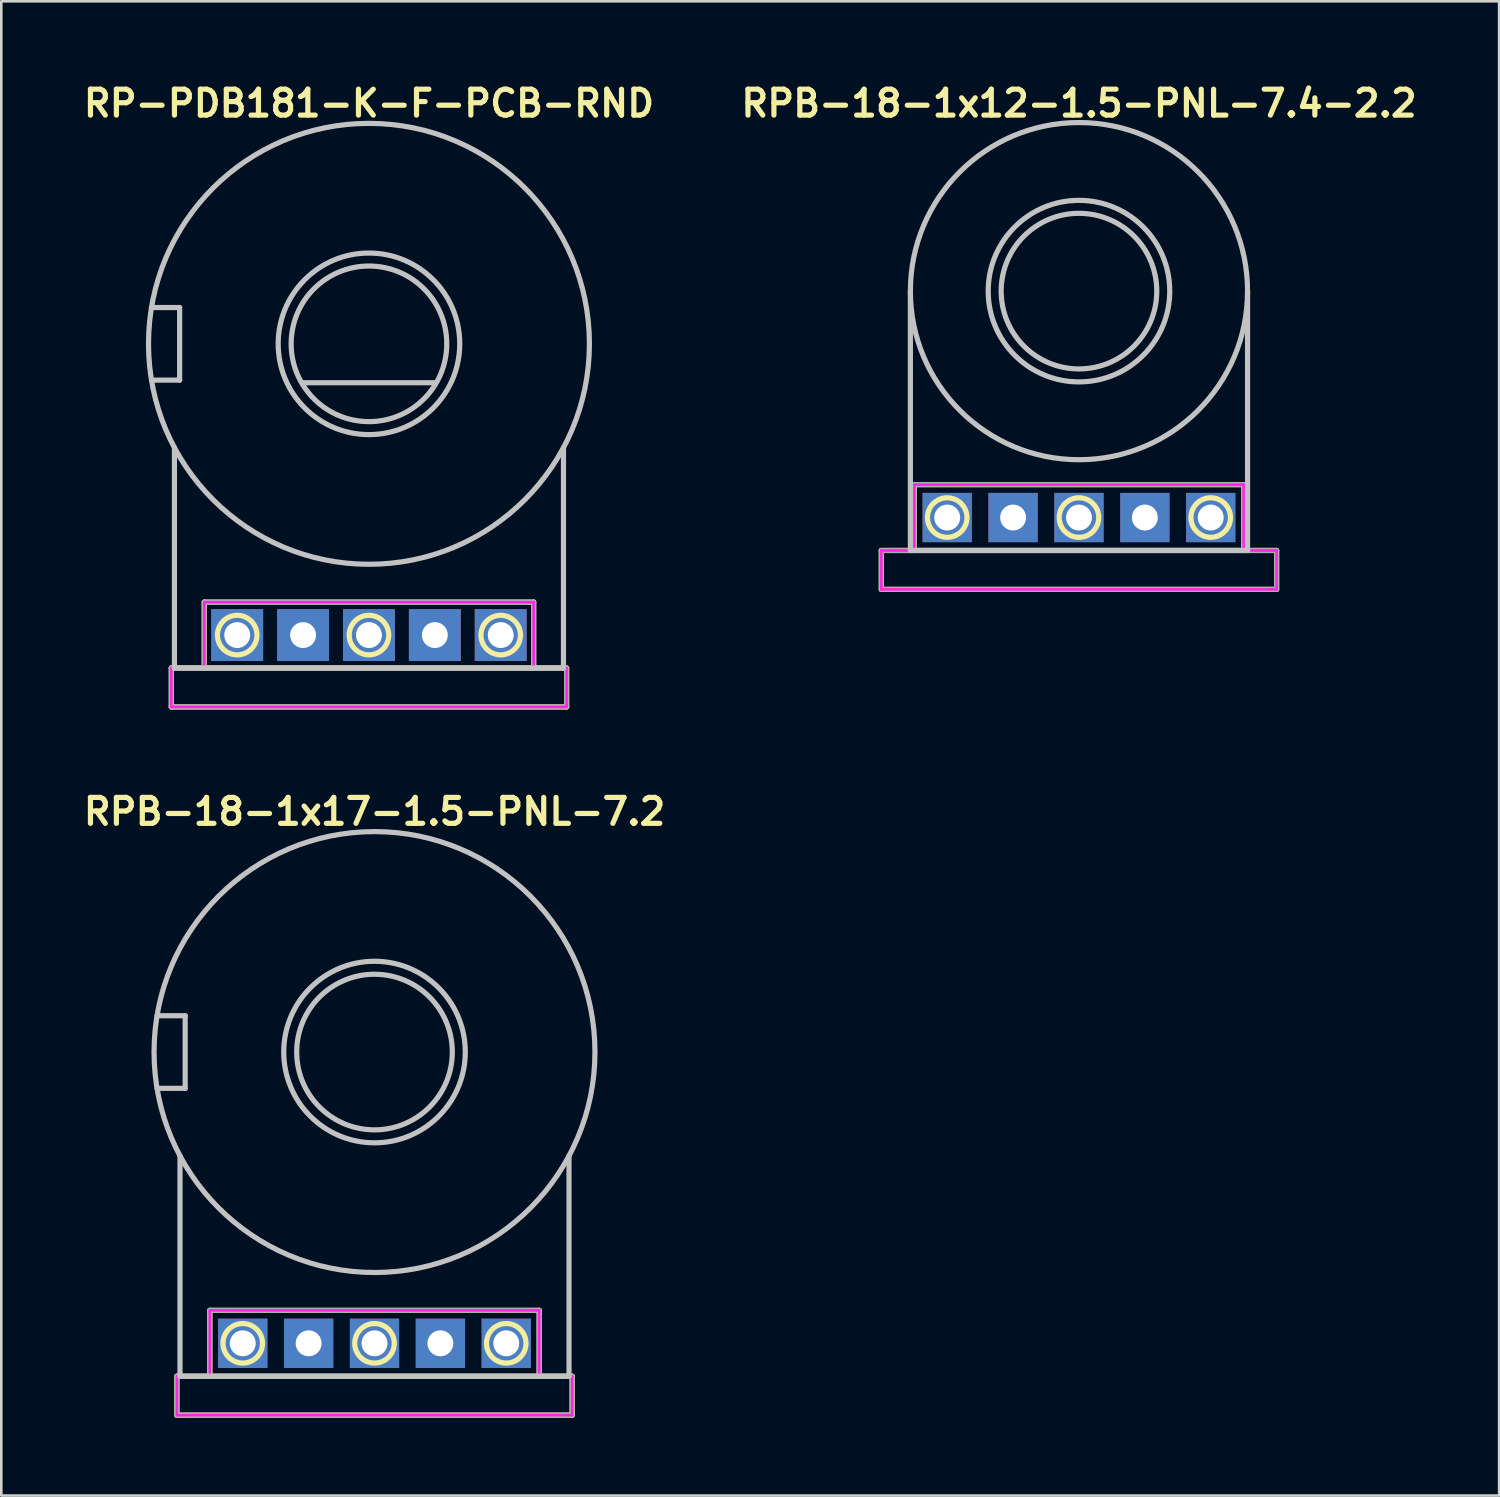
<source format=kicad_pcb>
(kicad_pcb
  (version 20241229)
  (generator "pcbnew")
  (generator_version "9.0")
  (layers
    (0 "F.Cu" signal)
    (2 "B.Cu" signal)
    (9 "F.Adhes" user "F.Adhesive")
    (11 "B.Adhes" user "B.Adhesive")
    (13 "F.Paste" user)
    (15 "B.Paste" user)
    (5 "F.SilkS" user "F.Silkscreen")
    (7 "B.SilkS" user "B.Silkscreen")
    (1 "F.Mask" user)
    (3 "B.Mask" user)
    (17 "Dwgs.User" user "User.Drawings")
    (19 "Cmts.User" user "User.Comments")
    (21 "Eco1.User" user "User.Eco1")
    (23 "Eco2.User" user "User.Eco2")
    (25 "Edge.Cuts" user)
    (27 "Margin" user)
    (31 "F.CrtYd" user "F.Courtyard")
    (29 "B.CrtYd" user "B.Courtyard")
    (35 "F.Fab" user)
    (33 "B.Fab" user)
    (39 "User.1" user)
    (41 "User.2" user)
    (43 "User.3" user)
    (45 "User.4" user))
  (footprint "RPB-18-1x17-1.5-PNL-7.2"
    (layer "F.Cu")
    (at 11.39 37.514)
    (property "Reference" "RPB-18-1x17-1.5-PNL-7.2" (at 0 -9.271 0) (layer "F.SilkS") (effects (font (size 1 1) (thickness 0.2))))
    (attr through_hole)
    (fp_line (start -7.62 12.5) (end -7.62 14) (stroke (width 0.2) (type solid)) (layer "F.SilkS"))
    (fp_line (start -7.62 12.5) (end 7.62 12.5) (stroke (width 0.2) (type solid)) (layer "F.SilkS"))
    (fp_line (start -7.62 14) (end 7.62 14) (stroke (width 0.2) (type solid)) (layer "F.SilkS"))
    (fp_line (start -6.35 9.96) (end -6.35 12.5) (stroke (width 0.2) (type solid)) (layer "F.SilkS"))
    (fp_line (start -6.35 9.96) (end 6.35 9.96) (stroke (width 0.2) (type solid)) (layer "F.SilkS"))
    (fp_line (start 6.35 9.96) (end 6.35 12.5) (stroke (width 0.2) (type solid)) (layer "F.SilkS"))
    (fp_line (start 7.62 12.5) (end 7.62 14) (stroke (width 0.2) (type solid)) (layer "F.SilkS"))
    (fp_circle (center -5.08 11.23) (end -4.318 11.23) (stroke (width 0.2) (type solid)) (fill no) (layer "F.SilkS"))
    (fp_circle (center 0 11.23) (end 0.762 11.23) (stroke (width 0.2) (type solid)) (fill no) (layer "F.SilkS"))
    (fp_circle (center 5.08 11.23) (end 5.842 11.23) (stroke (width 0.2) (type solid)) (fill no) (layer "F.SilkS"))
    (fp_line (start -8.384 -1.4) (end -7.3 -1.4) (stroke (width 0.2) (type solid)) (layer "Dwgs.User"))
    (fp_line (start -8.384 1.4) (end -7.3 1.4) (stroke (width 0.2) (type solid)) (layer "Dwgs.User"))
    (fp_line (start -7.5 4) (end -7.5 12.5) (stroke (width 0.2) (type solid)) (layer "Dwgs.User"))
    (fp_line (start -7.5 12.5) (end 7.5 12.5) (stroke (width 0.2) (type solid)) (layer "Dwgs.User"))
    (fp_line (start -7.3 -1.4) (end -7.3 1.4) (stroke (width 0.2) (type solid)) (layer "Dwgs.User"))
    (fp_line (start 7.5 4) (end 7.5 12.5) (stroke (width 0.2) (type solid)) (layer "Dwgs.User"))
    (fp_circle (center 0 0) (end 3 0) (stroke (width 0.2) (type solid)) (fill no) (layer "Dwgs.User"))
    (fp_circle (center 0 0) (end 3.5 0) (stroke (width 0.2) (type solid)) (fill no) (layer "Dwgs.User"))
    (fp_circle (center 0 0) (end 8.5 0) (stroke (width 0.2) (type solid)) (fill no) (layer "Dwgs.User"))
    (fp_circle (center 0 0) (end 3.6 0) (stroke (width 0.4) (type solid)) (fill no) (layer "Eco1.User"))
    (fp_line (start -7.62 12.5) (end -7.62 14) (stroke (width 0.1) (type solid)) (layer "F.CrtYd"))
    (fp_line (start -7.62 12.5) (end -6.35 12.5) (stroke (width 0.1) (type solid)) (layer "F.CrtYd"))
    (fp_line (start -7.62 14) (end 7.62 14) (stroke (width 0.1) (type solid)) (layer "F.CrtYd"))
    (fp_line (start -6.35 9.96) (end -6.35 12.5) (stroke (width 0.1) (type solid)) (layer "F.CrtYd"))
    (fp_line (start -6.35 9.96) (end 6.35 9.96) (stroke (width 0.1) (type solid)) (layer "F.CrtYd"))
    (fp_line (start 6.35 9.96) (end 6.35 12.5) (stroke (width 0.1) (type solid)) (layer "F.CrtYd"))
    (fp_line (start 6.35 12.5) (end 7.62 12.5) (stroke (width 0.1) (type solid)) (layer "F.CrtYd"))
    (fp_line (start 7.62 12.5) (end 7.62 14) (stroke (width 0.1) (type solid)) (layer "F.CrtYd"))
    (fp_line (start -7.62 12.5) (end -7.62 14) (stroke (width 0.2) (type solid)) (layer "F.Fab"))
    (fp_line (start -7.62 12.5) (end 7.62 12.5) (stroke (width 0.2) (type solid)) (layer "F.Fab"))
    (fp_line (start -7.62 14) (end 7.62 14) (stroke (width 0.2) (type solid)) (layer "F.Fab"))
    (fp_line (start -6.35 9.96) (end -6.35 12.5) (stroke (width 0.2) (type solid)) (layer "F.Fab"))
    (fp_line (start -6.35 9.96) (end 6.35 9.96) (stroke (width 0.2) (type solid)) (layer "F.Fab"))
    (fp_line (start 6.35 9.96) (end 6.35 12.5) (stroke (width 0.2) (type solid)) (layer "F.Fab"))
    (fp_line (start 7.62 12.5) (end 7.62 14) (stroke (width 0.2) (type solid)) (layer "F.Fab"))
    (pad "1" thru_hole rect (at -5.08 11.23) (size 1.9 1.9) (drill 1) (layers "B.Cu" "B.Mask"))
    (pad "2" thru_hole rect (at 0 11.23) (size 1.9 1.9) (drill 1) (layers "B.Cu" "B.Mask"))
    (pad "3" thru_hole rect (at 5.08 11.23) (size 1.9 1.9) (drill 1) (layers "B.Cu" "B.Mask"))
    (pad "NC1" thru_hole rect (at -2.54 11.23) (size 1.9 1.9) (drill 1) (layers "B.Cu" "B.Mask"))
    (pad "NC2" thru_hole rect (at 2.54 11.23) (size 1.9 1.9) (drill 1) (layers "B.Cu" "B.Mask")))
  (footprint "RPB-18-1x12-1.5-PNL-7.4-2.2"
    (layer "F.Cu")
    (at 38.552 8.175)
    (property "Reference" "RPB-18-1x12-1.5-PNL-7.4-2.2" (at 0 -7.239 0) (layer "F.SilkS") (effects (font (size 1 1) (thickness 0.2))))
    (attr through_hole)
    (fp_line (start -7.62 10) (end -7.62 11.5) (stroke (width 0.2) (type solid)) (layer "F.SilkS"))
    (fp_line (start -7.62 10) (end 7.62 10) (stroke (width 0.2) (type solid)) (layer "F.SilkS"))
    (fp_line (start -7.62 11.5) (end 7.62 11.5) (stroke (width 0.2) (type solid)) (layer "F.SilkS"))
    (fp_line (start -6.35 7.46) (end -6.35 10) (stroke (width 0.2) (type solid)) (layer "F.SilkS"))
    (fp_line (start -6.35 7.46) (end 6.35 7.46) (stroke (width 0.2) (type solid)) (layer "F.SilkS"))
    (fp_line (start 6.35 7.46) (end 6.35 10) (stroke (width 0.2) (type solid)) (layer "F.SilkS"))
    (fp_line (start 7.62 10) (end 7.62 11.5) (stroke (width 0.2) (type solid)) (layer "F.SilkS"))
    (fp_circle (center -5.08 8.73) (end -4.318 8.73) (stroke (width 0.2) (type solid)) (fill no) (layer "F.SilkS"))
    (fp_circle (center 0 8.73) (end 0.762 8.73) (stroke (width 0.2) (type solid)) (fill no) (layer "F.SilkS"))
    (fp_circle (center 5.08 8.73) (end 5.842 8.73) (stroke (width 0.2) (type solid)) (fill no) (layer "F.SilkS"))
    (fp_line (start -6.5 0) (end -6.5 10) (stroke (width 0.2) (type solid)) (layer "Dwgs.User"))
    (fp_line (start -6.5 10) (end 6.5 10) (stroke (width 0.2) (type solid)) (layer "Dwgs.User"))
    (fp_line (start 6.5 0) (end 6.5 10) (stroke (width 0.2) (type solid)) (layer "Dwgs.User"))
    (fp_circle (center 0 0) (end 3 0) (stroke (width 0.2) (type solid)) (fill no) (layer "Dwgs.User"))
    (fp_circle (center 0 0) (end 3.5 0) (stroke (width 0.2) (type solid)) (fill no) (layer "Dwgs.User"))
    (fp_circle (center 0 0) (end 6.5 0) (stroke (width 0.2) (type solid)) (fill no) (layer "Dwgs.User"))
    (fp_circle (center 0 0) (end 3.7 0) (stroke (width 0.4) (type solid)) (fill no) (layer "Eco1.User"))
    (fp_circle (center 0 7.5) (end 1.1 7.5) (stroke (width 0.4) (type solid)) (fill no) (layer "Eco1.User"))
    (fp_line (start -7.62 10) (end -7.62 11.5) (stroke (width 0.1) (type solid)) (layer "F.CrtYd"))
    (fp_line (start -7.62 10) (end -6.35 10) (stroke (width 0.1) (type solid)) (layer "F.CrtYd"))
    (fp_line (start -7.62 11.5) (end 7.62 11.5) (stroke (width 0.1) (type solid)) (layer "F.CrtYd"))
    (fp_line (start -6.35 7.46) (end -6.35 10) (stroke (width 0.1) (type solid)) (layer "F.CrtYd"))
    (fp_line (start -6.35 7.46) (end 6.35 7.46) (stroke (width 0.1) (type solid)) (layer "F.CrtYd"))
    (fp_line (start 6.35 7.46) (end 6.35 10) (stroke (width 0.1) (type solid)) (layer "F.CrtYd"))
    (fp_line (start 6.35 10) (end 7.62 10) (stroke (width 0.1) (type solid)) (layer "F.CrtYd"))
    (fp_line (start 7.62 10) (end 7.62 11.5) (stroke (width 0.1) (type solid)) (layer "F.CrtYd"))
    (fp_line (start -7.62 10) (end -7.62 11.5) (stroke (width 0.2) (type solid)) (layer "F.Fab"))
    (fp_line (start -7.62 10) (end 7.62 10) (stroke (width 0.2) (type solid)) (layer "F.Fab"))
    (fp_line (start -7.62 11.5) (end 7.62 11.5) (stroke (width 0.2) (type solid)) (layer "F.Fab"))
    (fp_line (start -6.35 7.46) (end -6.35 10) (stroke (width 0.2) (type solid)) (layer "F.Fab"))
    (fp_line (start -6.35 7.46) (end 6.35 7.46) (stroke (width 0.2) (type solid)) (layer "F.Fab"))
    (fp_line (start 6.35 7.46) (end 6.35 10) (stroke (width 0.2) (type solid)) (layer "F.Fab"))
    (fp_line (start 7.62 10) (end 7.62 11.5) (stroke (width 0.2) (type solid)) (layer "F.Fab"))
    (pad "1" thru_hole rect (at -5.08 8.73) (size 1.9 1.9) (drill 1) (layers "B.Cu" "B.Mask"))
    (pad "2" thru_hole rect (at 0 8.73) (size 1.9 1.9) (drill 1) (layers "B.Cu" "B.Mask"))
    (pad "3" thru_hole rect (at 5.08 8.73) (size 1.9 1.9) (drill 1) (layers "B.Cu" "B.Mask"))
    (pad "NC1" thru_hole rect (at -2.54 8.73) (size 1.9 1.9) (drill 1) (layers "B.Cu" "B.Mask"))
    (pad "NC2" thru_hole rect (at 2.54 8.73) (size 1.9 1.9) (drill 1) (layers "B.Cu" "B.Mask")))
  (footprint "RP-PDB181-K-F-PCB-RND"
    (layer "F.Cu")
    (at 11.176 10.207)
    (property "Reference" "RP-PDB181-K-F-PCB-RND" (at 0 -9.271 0) (layer "F.SilkS") (effects (font (size 1 1) (thickness 0.2))))
    (attr through_hole)
    (fp_line (start -7.62 12.5) (end -7.62 14) (stroke (width 0.2) (type solid)) (layer "F.SilkS"))
    (fp_line (start -7.62 12.5) (end 7.62 12.5) (stroke (width 0.2) (type solid)) (layer "F.SilkS"))
    (fp_line (start -7.62 14) (end 7.62 14) (stroke (width 0.2) (type solid)) (layer "F.SilkS"))
    (fp_line (start -6.35 9.96) (end -6.35 12.5) (stroke (width 0.2) (type solid)) (layer "F.SilkS"))
    (fp_line (start -6.35 9.96) (end 6.35 9.96) (stroke (width 0.2) (type solid)) (layer "F.SilkS"))
    (fp_line (start 6.35 9.96) (end 6.35 12.5) (stroke (width 0.2) (type solid)) (layer "F.SilkS"))
    (fp_line (start 7.62 12.5) (end 7.62 14) (stroke (width 0.2) (type solid)) (layer "F.SilkS"))
    (fp_circle (center -5.08 11.23) (end -4.318 11.23) (stroke (width 0.2) (type solid)) (fill no) (layer "F.SilkS"))
    (fp_circle (center 0 11.23) (end 0.762 11.23) (stroke (width 0.2) (type solid)) (fill no) (layer "F.SilkS"))
    (fp_circle (center 5.08 11.23) (end 5.842 11.23) (stroke (width 0.2) (type solid)) (fill no) (layer "F.SilkS"))
    (fp_line (start -8.384 -1.4) (end -7.3 -1.4) (stroke (width 0.2) (type solid)) (layer "Dwgs.User"))
    (fp_line (start -8.384 1.4) (end -7.3 1.4) (stroke (width 0.2) (type solid)) (layer "Dwgs.User"))
    (fp_line (start -7.5 4) (end -7.5 12.5) (stroke (width 0.2) (type solid)) (layer "Dwgs.User"))
    (fp_line (start -7.5 12.5) (end 7.5 12.5) (stroke (width 0.2) (type solid)) (layer "Dwgs.User"))
    (fp_line (start -7.3 -1.4) (end -7.3 1.4) (stroke (width 0.2) (type solid)) (layer "Dwgs.User"))
    (fp_line (start -2.54 1.5) (end 2.54 1.5) (stroke (width 0.2) (type solid)) (layer "Dwgs.User"))
    (fp_line (start 7.5 4) (end 7.5 12.5) (stroke (width 0.2) (type solid)) (layer "Dwgs.User"))
    (fp_circle (center 0 0) (end 3 0) (stroke (width 0.2) (type solid)) (fill no) (layer "Dwgs.User"))
    (fp_circle (center 0 0) (end 3.5 0) (stroke (width 0.2) (type solid)) (fill no) (layer "Dwgs.User"))
    (fp_circle (center 0 0) (end 8.5 0) (stroke (width 0.2) (type solid)) (fill no) (layer "Dwgs.User"))
    (fp_circle (center -7.9 0) (end -6.4 0) (stroke (width 0.4) (type solid)) (fill no) (layer "Eco1.User"))
    (fp_circle (center 0 0) (end 3.7 0) (stroke (width 0.4) (type solid)) (fill no) (layer "Eco1.User"))
    (fp_line (start -7.62 12.5) (end -7.62 14) (stroke (width 0.1) (type solid)) (layer "F.CrtYd"))
    (fp_line (start -7.62 12.5) (end -6.35 12.5) (stroke (width 0.1) (type solid)) (layer "F.CrtYd"))
    (fp_line (start -7.62 14) (end 7.62 14) (stroke (width 0.1) (type solid)) (layer "F.CrtYd"))
    (fp_line (start -6.35 9.96) (end -6.35 12.5) (stroke (width 0.1) (type solid)) (layer "F.CrtYd"))
    (fp_line (start -6.35 9.96) (end 6.35 9.96) (stroke (width 0.1) (type solid)) (layer "F.CrtYd"))
    (fp_line (start 6.35 9.96) (end 6.35 12.5) (stroke (width 0.1) (type solid)) (layer "F.CrtYd"))
    (fp_line (start 6.35 12.5) (end 7.62 12.5) (stroke (width 0.1) (type solid)) (layer "F.CrtYd"))
    (fp_line (start 7.62 12.5) (end 7.62 14) (stroke (width 0.1) (type solid)) (layer "F.CrtYd"))
    (fp_line (start -7.62 12.5) (end -7.62 14) (stroke (width 0.2) (type solid)) (layer "F.Fab"))
    (fp_line (start -7.62 12.5) (end 7.62 12.5) (stroke (width 0.2) (type solid)) (layer "F.Fab"))
    (fp_line (start -7.62 14) (end 7.62 14) (stroke (width 0.2) (type solid)) (layer "F.Fab"))
    (fp_line (start -6.35 9.96) (end -6.35 12.5) (stroke (width 0.2) (type solid)) (layer "F.Fab"))
    (fp_line (start -6.35 9.96) (end 6.35 9.96) (stroke (width 0.2) (type solid)) (layer "F.Fab"))
    (fp_line (start 6.35 9.96) (end 6.35 12.5) (stroke (width 0.2) (type solid)) (layer "F.Fab"))
    (fp_line (start 7.62 12.5) (end 7.62 14) (stroke (width 0.2) (type solid)) (layer "F.Fab"))
    (pad "1" thru_hole rect (at -5.08 11.23) (size 2 2) (drill 1) (layers "B.Cu" "B.Mask"))
    (pad "2" thru_hole rect (at 0 11.23) (size 2 2) (drill 1) (layers "B.Cu" "B.Mask"))
    (pad "3" thru_hole rect (at 5.08 11.23) (size 2 2) (drill 1) (layers "B.Cu" "B.Mask"))
    (pad "NC1" thru_hole rect (at -2.54 11.23) (size 2 2) (drill 1) (layers "B.Cu" "B.Mask"))
    (pad "NC2" thru_hole rect (at 2.54 11.23) (size 2 2) (drill 1) (layers "B.Cu" "B.Mask")))
  (gr_rect
    (start -3 -3)
    (end 54.752 54.614)
    (stroke (width 0.1) (type default))
    (fill no)
    (layer "Edge.Cuts")))
</source>
